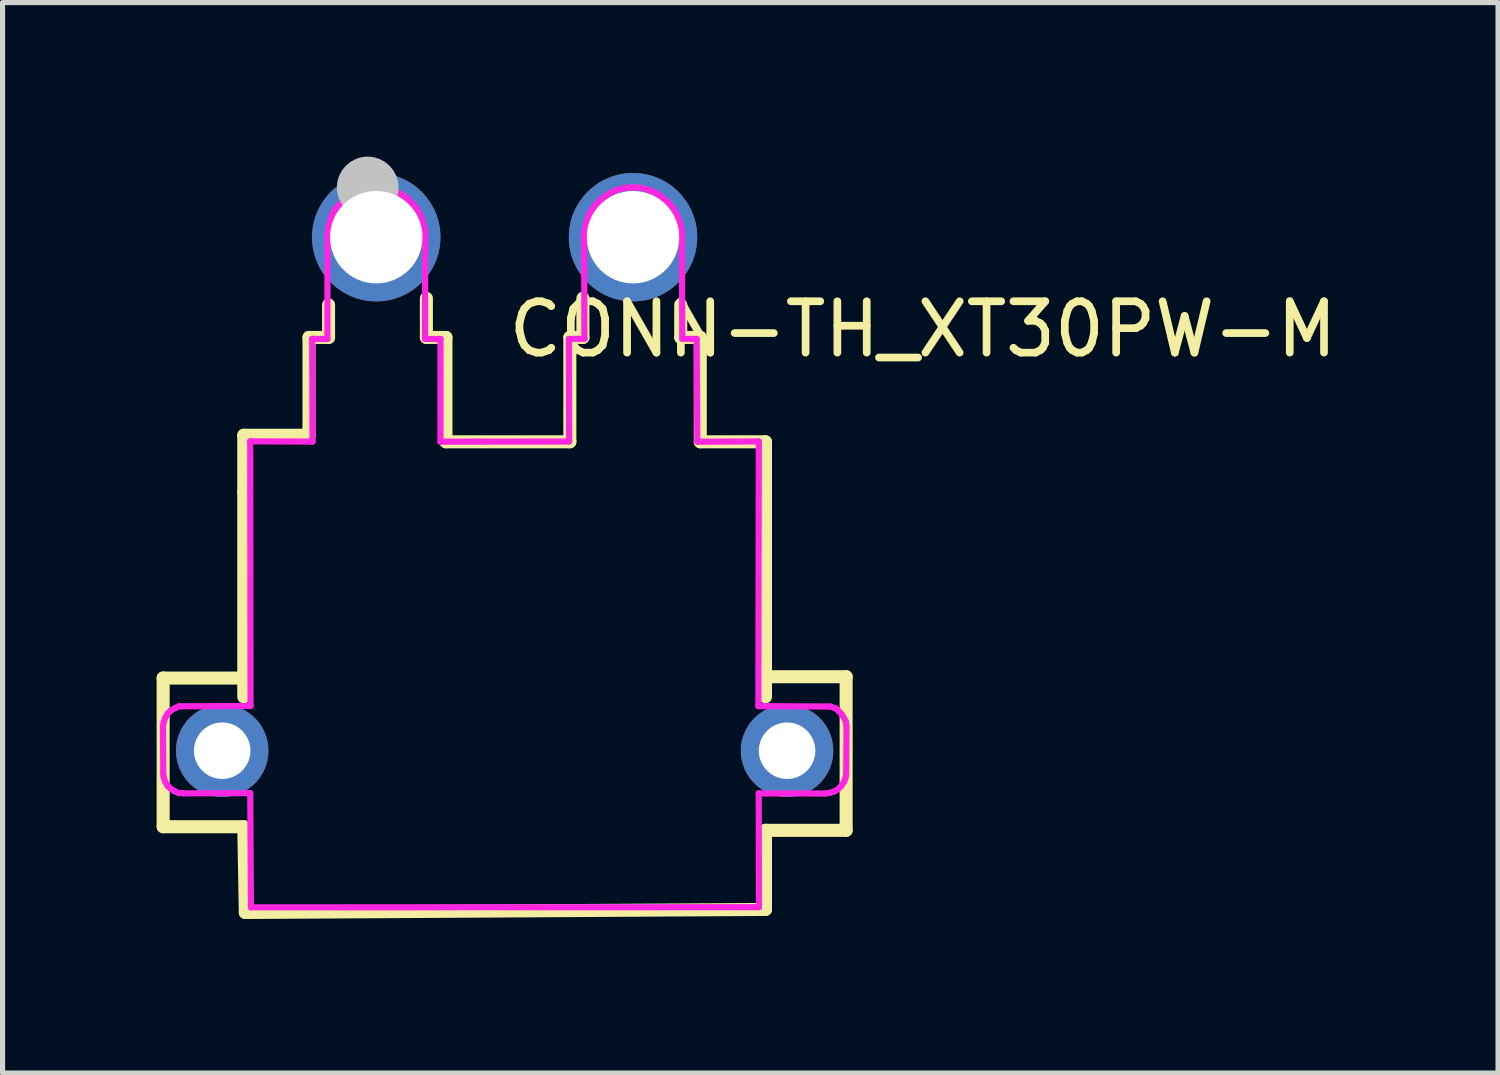
<source format=kicad_pcb>
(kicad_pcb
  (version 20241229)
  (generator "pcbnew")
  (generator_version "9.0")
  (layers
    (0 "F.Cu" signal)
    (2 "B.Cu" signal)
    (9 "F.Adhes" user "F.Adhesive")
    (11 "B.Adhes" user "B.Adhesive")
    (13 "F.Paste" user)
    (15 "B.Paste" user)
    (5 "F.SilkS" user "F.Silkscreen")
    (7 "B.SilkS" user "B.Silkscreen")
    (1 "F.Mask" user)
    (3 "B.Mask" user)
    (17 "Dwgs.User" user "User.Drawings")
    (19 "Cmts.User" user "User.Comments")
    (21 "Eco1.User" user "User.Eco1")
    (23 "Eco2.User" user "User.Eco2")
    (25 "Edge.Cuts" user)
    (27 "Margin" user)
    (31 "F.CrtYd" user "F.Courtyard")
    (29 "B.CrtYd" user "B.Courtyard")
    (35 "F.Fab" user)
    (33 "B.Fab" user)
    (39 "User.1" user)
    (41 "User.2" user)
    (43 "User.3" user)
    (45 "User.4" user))
  (footprint "CONN-TH_XT30PW-M"
    (layer "F.Cu")
    (at 6.777 6.569)
    (property "Reference" "CONN-TH_XT30PW-M" (at 0 -3.207 0) (layer "F.SilkS") (effects (font (size 1 1) (thickness 0.15)) (justify left)))
    (attr through_hole)
    (fp_line (start -6.65 3.585) (end -6.65 6.48) (stroke (width 0.254) (type solid)) (layer "F.SilkS"))
    (fp_line (start -6.65 3.585) (end -5.08 3.585) (stroke (width 0.254) (type solid)) (layer "F.SilkS"))
    (fp_line (start -6.65 6.48) (end -5.08 6.48) (stroke (width 0.254) (type solid)) (layer "F.SilkS"))
    (fp_line (start -5.08 -1.143) (end -5.08 -0.047) (stroke (width 0.254) (type solid)) (layer "F.SilkS"))
    (fp_line (start -5.08 3.95) (end -5.08 -0.047) (stroke (width 0.254) (type solid)) (layer "F.SilkS"))
    (fp_line (start -5.08 6.481) (end -5.05 8.15) (stroke (width 0.254) (type solid)) (layer "F.SilkS"))
    (fp_line (start -5.05 8.15) (end 5.08 8.091) (stroke (width 0.254) (type solid)) (layer "F.SilkS"))
    (fp_line (start -3.81 -3.048) (end -3.81 -1.143) (stroke (width 0.254) (type solid)) (layer "F.SilkS"))
    (fp_line (start -3.81 -1.143) (end -5.08 -1.143) (stroke (width 0.254) (type solid)) (layer "F.SilkS"))
    (fp_line (start -3.429 -3.683) (end -3.429 -3.048) (stroke (width 0.254) (type solid)) (layer "F.SilkS"))
    (fp_line (start -3.429 -3.048) (end -3.81 -3.048) (stroke (width 0.254) (type solid)) (layer "F.SilkS"))
    (fp_line (start -1.524 -3.81) (end -1.524 -3.048) (stroke (width 0.254) (type solid)) (layer "F.SilkS"))
    (fp_line (start -1.524 -3.048) (end -1.143 -3.048) (stroke (width 0.254) (type solid)) (layer "F.SilkS"))
    (fp_line (start -1.143 -3.048) (end -1.143 -1.016) (stroke (width 0.254) (type solid)) (layer "F.SilkS"))
    (fp_line (start -1.143 -1.016) (end 1.27 -1.016) (stroke (width 0.254) (type solid)) (layer "F.SilkS"))
    (fp_line (start 1.27 -3.048) (end 1.524 -3.048) (stroke (width 0.254) (type solid)) (layer "F.SilkS"))
    (fp_line (start 1.27 -1.016) (end 1.27 -3.048) (stroke (width 0.254) (type solid)) (layer "F.SilkS"))
    (fp_line (start 1.524 -3.048) (end 1.524 -3.81) (stroke (width 0.254) (type solid)) (layer "F.SilkS"))
    (fp_line (start 3.429 -3.683) (end 3.429 -3.048) (stroke (width 0.254) (type solid)) (layer "F.SilkS"))
    (fp_line (start 3.429 -3.048) (end 3.81 -3.048) (stroke (width 0.254) (type solid)) (layer "F.SilkS"))
    (fp_line (start 3.81 -3.048) (end 3.81 -1.016) (stroke (width 0.254) (type solid)) (layer "F.SilkS"))
    (fp_line (start 3.81 -1.016) (end 5.08 -1.016) (stroke (width 0.254) (type solid)) (layer "F.SilkS"))
    (fp_line (start 5.08 -1.016) (end 5.08 -0.047) (stroke (width 0.254) (type solid)) (layer "F.SilkS"))
    (fp_line (start 5.08 3.559) (end 6.65 3.559) (stroke (width 0.254) (type solid)) (layer "F.SilkS"))
    (fp_line (start 5.08 3.95) (end 5.08 -0.047) (stroke (width 0.254) (type solid)) (layer "F.SilkS"))
    (fp_line (start 5.08 6.55) (end 6.65 6.55) (stroke (width 0.254) (type solid)) (layer "F.SilkS"))
    (fp_line (start 5.08 8.091) (end 5.08 6.549) (stroke (width 0.254) (type solid)) (layer "F.SilkS"))
    (fp_line (start 6.65 3.559) (end 6.65 6.55) (stroke (width 0.254) (type solid)) (layer "F.SilkS"))
    (fp_circle (center -2.667 -5.969) (end -2.367 -5.969) (stroke (width 0.6) (type solid)) (fill no) (layer "Dwgs.User"))
    (fp_circle (center -6.654 -5.971) (end -6.624 -5.971) (stroke (width 0.06) (type solid)) (fill no) (layer "Eco2.User"))
    (fp_circle (center -5.5 5) (end -5.313 5) (stroke (width 0.375) (type solid)) (fill no) (layer "Eco2.User"))
    (fp_circle (center -2.5 -5) (end -2.175 -5) (stroke (width 0.65) (type solid)) (fill no) (layer "Eco2.User"))
    (fp_circle (center 2.5 -5) (end 2.825 -5) (stroke (width 0.65) (type solid)) (fill no) (layer "Eco2.User"))
    (fp_circle (center 5.5 5) (end 5.687 5) (stroke (width 0.375) (type solid)) (fill no) (layer "Eco2.User"))
    (fp_line (start -6.654 4.515) (end -6.638 4.442) (stroke (width 0.12) (type solid)) (layer "F.CrtYd"))
    (fp_line (start -6.648 5.44) (end -6.654 4.515) (stroke (width 0.12) (type solid)) (layer "F.CrtYd"))
    (fp_line (start -6.641 5.518) (end -6.648 5.44) (stroke (width 0.12) (type solid)) (layer "F.CrtYd"))
    (fp_line (start -6.638 4.442) (end -6.61 4.358) (stroke (width 0.12) (type solid)) (layer "F.CrtYd"))
    (fp_line (start -6.614 5.592) (end -6.641 5.518) (stroke (width 0.12) (type solid)) (layer "F.CrtYd"))
    (fp_line (start -6.61 4.358) (end -6.561 4.275) (stroke (width 0.12) (type solid)) (layer "F.CrtYd"))
    (fp_line (start -6.565 5.683) (end -6.614 5.592) (stroke (width 0.12) (type solid)) (layer "F.CrtYd"))
    (fp_line (start -6.561 4.275) (end -6.501 4.217) (stroke (width 0.12) (type solid)) (layer "F.CrtYd"))
    (fp_line (start -6.507 5.736) (end -6.565 5.683) (stroke (width 0.12) (type solid)) (layer "F.CrtYd"))
    (fp_line (start -6.501 4.217) (end -6.414 4.166) (stroke (width 0.12) (type solid)) (layer "F.CrtYd"))
    (fp_line (start -6.429 5.788) (end -6.507 5.736) (stroke (width 0.12) (type solid)) (layer "F.CrtYd"))
    (fp_line (start -6.414 4.166) (end -6.335 4.135) (stroke (width 0.12) (type solid)) (layer "F.CrtYd"))
    (fp_line (start -6.345 5.823) (end -6.429 5.788) (stroke (width 0.12) (type solid)) (layer "F.CrtYd"))
    (fp_line (start -6.335 4.135) (end -4.948 4.129) (stroke (width 0.12) (type solid)) (layer "F.CrtYd"))
    (fp_line (start -6.251 5.83) (end -6.345 5.823) (stroke (width 0.12) (type solid)) (layer "F.CrtYd"))
    (fp_line (start -4.955 -1.025) (end -3.741 -1.02) (stroke (width 0.12) (type solid)) (layer "F.CrtYd"))
    (fp_line (start -4.954 5.827) (end -6.251 5.83) (stroke (width 0.12) (type solid)) (layer "F.CrtYd"))
    (fp_line (start -4.948 4.129) (end -4.955 -1.025) (stroke (width 0.12) (type solid)) (layer "F.CrtYd"))
    (fp_line (start -4.94 8.05) (end -4.954 5.827) (stroke (width 0.12) (type solid)) (layer "F.CrtYd"))
    (fp_line (start -3.748 -3.02) (end -3.451 -3.017) (stroke (width 0.12) (type solid)) (layer "F.CrtYd"))
    (fp_line (start -3.741 -1.02) (end -3.748 -3.02) (stroke (width 0.12) (type solid)) (layer "F.CrtYd"))
    (fp_line (start -3.451 -5.092) (end -3.42 -5.253) (stroke (width 0.12) (type solid)) (layer "F.CrtYd"))
    (fp_line (start -3.451 -3.017) (end -3.451 -5.092) (stroke (width 0.12) (type solid)) (layer "F.CrtYd"))
    (fp_line (start -3.42 -5.253) (end -3.371 -5.397) (stroke (width 0.12) (type solid)) (layer "F.CrtYd"))
    (fp_line (start -3.371 -5.397) (end -3.351 -5.436) (stroke (width 0.12) (type solid)) (layer "F.CrtYd"))
    (fp_line (start -3.351 -5.437) (end -3.305 -5.543) (stroke (width 0.12) (type solid)) (layer "F.CrtYd"))
    (fp_line (start -3.351 -5.436) (end -3.351 -5.437) (stroke (width 0.12) (type solid)) (layer "F.CrtYd"))
    (fp_line (start -3.305 -5.543) (end -3.187 -5.665) (stroke (width 0.12) (type solid)) (layer "F.CrtYd"))
    (fp_line (start -3.187 -5.665) (end -3.084 -5.774) (stroke (width 0.12) (type solid)) (layer "F.CrtYd"))
    (fp_line (start -3.084 -5.774) (end -2.947 -5.858) (stroke (width 0.12) (type solid)) (layer "F.CrtYd"))
    (fp_line (start -2.947 -5.858) (end -2.81 -5.919) (stroke (width 0.12) (type solid)) (layer "F.CrtYd"))
    (fp_line (start -2.81 -5.919) (end -2.665 -5.963) (stroke (width 0.12) (type solid)) (layer "F.CrtYd"))
    (fp_line (start -2.665 -5.963) (end -2.489 -5.97) (stroke (width 0.12) (type solid)) (layer "F.CrtYd"))
    (fp_line (start -2.489 -5.97) (end -2.348 -5.959) (stroke (width 0.12) (type solid)) (layer "F.CrtYd"))
    (fp_line (start -2.348 -5.959) (end -2.195 -5.919) (stroke (width 0.12) (type solid)) (layer "F.CrtYd"))
    (fp_line (start -2.195 -5.919) (end -2.046 -5.856) (stroke (width 0.12) (type solid)) (layer "F.CrtYd"))
    (fp_line (start -2.046 -5.856) (end -1.914 -5.769) (stroke (width 0.12) (type solid)) (layer "F.CrtYd"))
    (fp_line (start -1.914 -5.769) (end -1.803 -5.66) (stroke (width 0.12) (type solid)) (layer "F.CrtYd"))
    (fp_line (start -1.803 -5.66) (end -1.695 -5.535) (stroke (width 0.12) (type solid)) (layer "F.CrtYd"))
    (fp_line (start -1.695 -5.535) (end -1.627 -5.391) (stroke (width 0.12) (type solid)) (layer "F.CrtYd"))
    (fp_line (start -1.627 -5.391) (end -1.58 -5.246) (stroke (width 0.12) (type solid)) (layer "F.CrtYd"))
    (fp_line (start -1.58 -5.246) (end -1.548 -5.098) (stroke (width 0.12) (type solid)) (layer "F.CrtYd"))
    (fp_line (start -1.55 -3.019) (end -1.249 -3.019) (stroke (width 0.12) (type solid)) (layer "F.CrtYd"))
    (fp_line (start -1.548 -5.098) (end -1.55 -3.019) (stroke (width 0.12) (type solid)) (layer "F.CrtYd"))
    (fp_line (start -1.25 -1.018) (end 1.256 -1.021) (stroke (width 0.12) (type solid)) (layer "F.CrtYd"))
    (fp_line (start -1.249 -3.019) (end -1.25 -1.018) (stroke (width 0.12) (type solid)) (layer "F.CrtYd"))
    (fp_line (start 1.251 -3.019) (end 1.553 -3.022) (stroke (width 0.12) (type solid)) (layer "F.CrtYd"))
    (fp_line (start 1.256 -1.021) (end 1.251 -3.019) (stroke (width 0.12) (type solid)) (layer "F.CrtYd"))
    (fp_line (start 1.548 -5.092) (end 1.58 -5.254) (stroke (width 0.12) (type solid)) (layer "F.CrtYd"))
    (fp_line (start 1.553 -3.022) (end 1.548 -5.092) (stroke (width 0.12) (type solid)) (layer "F.CrtYd"))
    (fp_line (start 1.58 -5.254) (end 1.631 -5.405) (stroke (width 0.12) (type solid)) (layer "F.CrtYd"))
    (fp_line (start 1.631 -5.405) (end 1.702 -5.543) (stroke (width 0.12) (type solid)) (layer "F.CrtYd"))
    (fp_line (start 1.702 -5.543) (end 1.799 -5.659) (stroke (width 0.12) (type solid)) (layer "F.CrtYd"))
    (fp_line (start 1.799 -5.659) (end 1.921 -5.772) (stroke (width 0.12) (type solid)) (layer "F.CrtYd"))
    (fp_line (start 1.921 -5.772) (end 2.052 -5.859) (stroke (width 0.12) (type solid)) (layer "F.CrtYd"))
    (fp_line (start 2.052 -5.859) (end 2.182 -5.919) (stroke (width 0.12) (type solid)) (layer "F.CrtYd"))
    (fp_line (start 2.182 -5.919) (end 2.338 -5.96) (stroke (width 0.12) (type solid)) (layer "F.CrtYd"))
    (fp_line (start 2.338 -5.96) (end 2.489 -5.971) (stroke (width 0.12) (type solid)) (layer "F.CrtYd"))
    (fp_line (start 2.489 -5.971) (end 2.66 -5.961) (stroke (width 0.12) (type solid)) (layer "F.CrtYd"))
    (fp_line (start 2.66 -5.961) (end 2.815 -5.917) (stroke (width 0.12) (type solid)) (layer "F.CrtYd"))
    (fp_line (start 2.815 -5.917) (end 2.947 -5.861) (stroke (width 0.12) (type solid)) (layer "F.CrtYd"))
    (fp_line (start 2.947 -5.861) (end 3.077 -5.769) (stroke (width 0.12) (type solid)) (layer "F.CrtYd"))
    (fp_line (start 3.077 -5.769) (end 3.206 -5.656) (stroke (width 0.12) (type solid)) (layer "F.CrtYd"))
    (fp_line (start 3.206 -5.656) (end 3.3 -5.54) (stroke (width 0.12) (type solid)) (layer "F.CrtYd"))
    (fp_line (start 3.3 -5.54) (end 3.367 -5.403) (stroke (width 0.12) (type solid)) (layer "F.CrtYd"))
    (fp_line (start 3.367 -5.403) (end 3.419 -5.257) (stroke (width 0.12) (type solid)) (layer "F.CrtYd"))
    (fp_line (start 3.419 -5.257) (end 3.452 -5.104) (stroke (width 0.12) (type solid)) (layer "F.CrtYd"))
    (fp_line (start 3.452 -5.104) (end 3.459 -3.022) (stroke (width 0.12) (type solid)) (layer "F.CrtYd"))
    (fp_line (start 3.459 -3.022) (end 3.74 -3.018) (stroke (width 0.12) (type solid)) (layer "F.CrtYd"))
    (fp_line (start 3.74 -3.018) (end 3.752 -1.017) (stroke (width 0.12) (type solid)) (layer "F.CrtYd"))
    (fp_line (start 3.752 -1.017) (end 4.95 -1.023) (stroke (width 0.12) (type solid)) (layer "F.CrtYd"))
    (fp_line (start 4.941 4.132) (end 6.343 4.139) (stroke (width 0.12) (type solid)) (layer "F.CrtYd"))
    (fp_line (start 4.948 5.832) (end 4.953 8.047) (stroke (width 0.12) (type solid)) (layer "F.CrtYd"))
    (fp_line (start 4.95 -1.023) (end 4.941 4.132) (stroke (width 0.12) (type solid)) (layer "F.CrtYd"))
    (fp_line (start 4.953 8.047) (end -4.94 8.05) (stroke (width 0.12) (type solid)) (layer "F.CrtYd"))
    (fp_line (start 6.25 5.833) (end 4.948 5.832) (stroke (width 0.12) (type solid)) (layer "F.CrtYd"))
    (fp_line (start 6.333 5.82) (end 6.25 5.833) (stroke (width 0.12) (type solid)) (layer "F.CrtYd"))
    (fp_line (start 6.343 4.139) (end 6.448 4.176) (stroke (width 0.12) (type solid)) (layer "F.CrtYd"))
    (fp_line (start 6.415 5.793) (end 6.333 5.82) (stroke (width 0.12) (type solid)) (layer "F.CrtYd"))
    (fp_line (start 6.448 4.176) (end 6.492 4.214) (stroke (width 0.12) (type solid)) (layer "F.CrtYd"))
    (fp_line (start 6.492 4.214) (end 6.57 4.298) (stroke (width 0.12) (type solid)) (layer "F.CrtYd"))
    (fp_line (start 6.493 5.75) (end 6.415 5.793) (stroke (width 0.12) (type solid)) (layer "F.CrtYd"))
    (fp_line (start 6.554 5.686) (end 6.493 5.75) (stroke (width 0.12) (type solid)) (layer "F.CrtYd"))
    (fp_line (start 6.57 4.298) (end 6.644 4.43) (stroke (width 0.12) (type solid)) (layer "F.CrtYd"))
    (fp_line (start 6.611 5.601) (end 6.554 5.686) (stroke (width 0.12) (type solid)) (layer "F.CrtYd"))
    (fp_line (start 6.643 5.51) (end 6.611 5.601) (stroke (width 0.12) (type solid)) (layer "F.CrtYd"))
    (fp_line (start 6.644 4.43) (end 6.658 4.549) (stroke (width 0.12) (type solid)) (layer "F.CrtYd"))
    (fp_line (start 6.651 5.419) (end 6.643 5.51) (stroke (width 0.12) (type solid)) (layer "F.CrtYd"))
    (fp_line (start 6.658 4.549) (end 6.651 5.419) (stroke (width 0.12) (type solid)) (layer "F.CrtYd"))
    (pad "1" thru_hole circle (at -2.5 -5) (size 2.5 2.5) (drill 1.8) (layers "*.Cu" "*.Mask"))
    (pad "2" thru_hole circle (at 2.5 -5) (size 2.5 2.5) (drill 1.8) (layers "*.Cu" "*.Mask"))
    (pad "3" thru_hole circle (at 5.5 5) (size 1.8 1.8) (drill 1.1) (layers "*.Cu" "*.Mask"))
    (pad "4" thru_hole circle (at -5.5 5) (size 1.8 1.8) (drill 1.1) (layers "*.Cu" "*.Mask")))
  (gr_rect
    (start -3 -3)
    (end 26.122 17.846)
    (stroke (width 0.1) (type default))
    (fill no)
    (layer "Edge.Cuts")))
</source>
